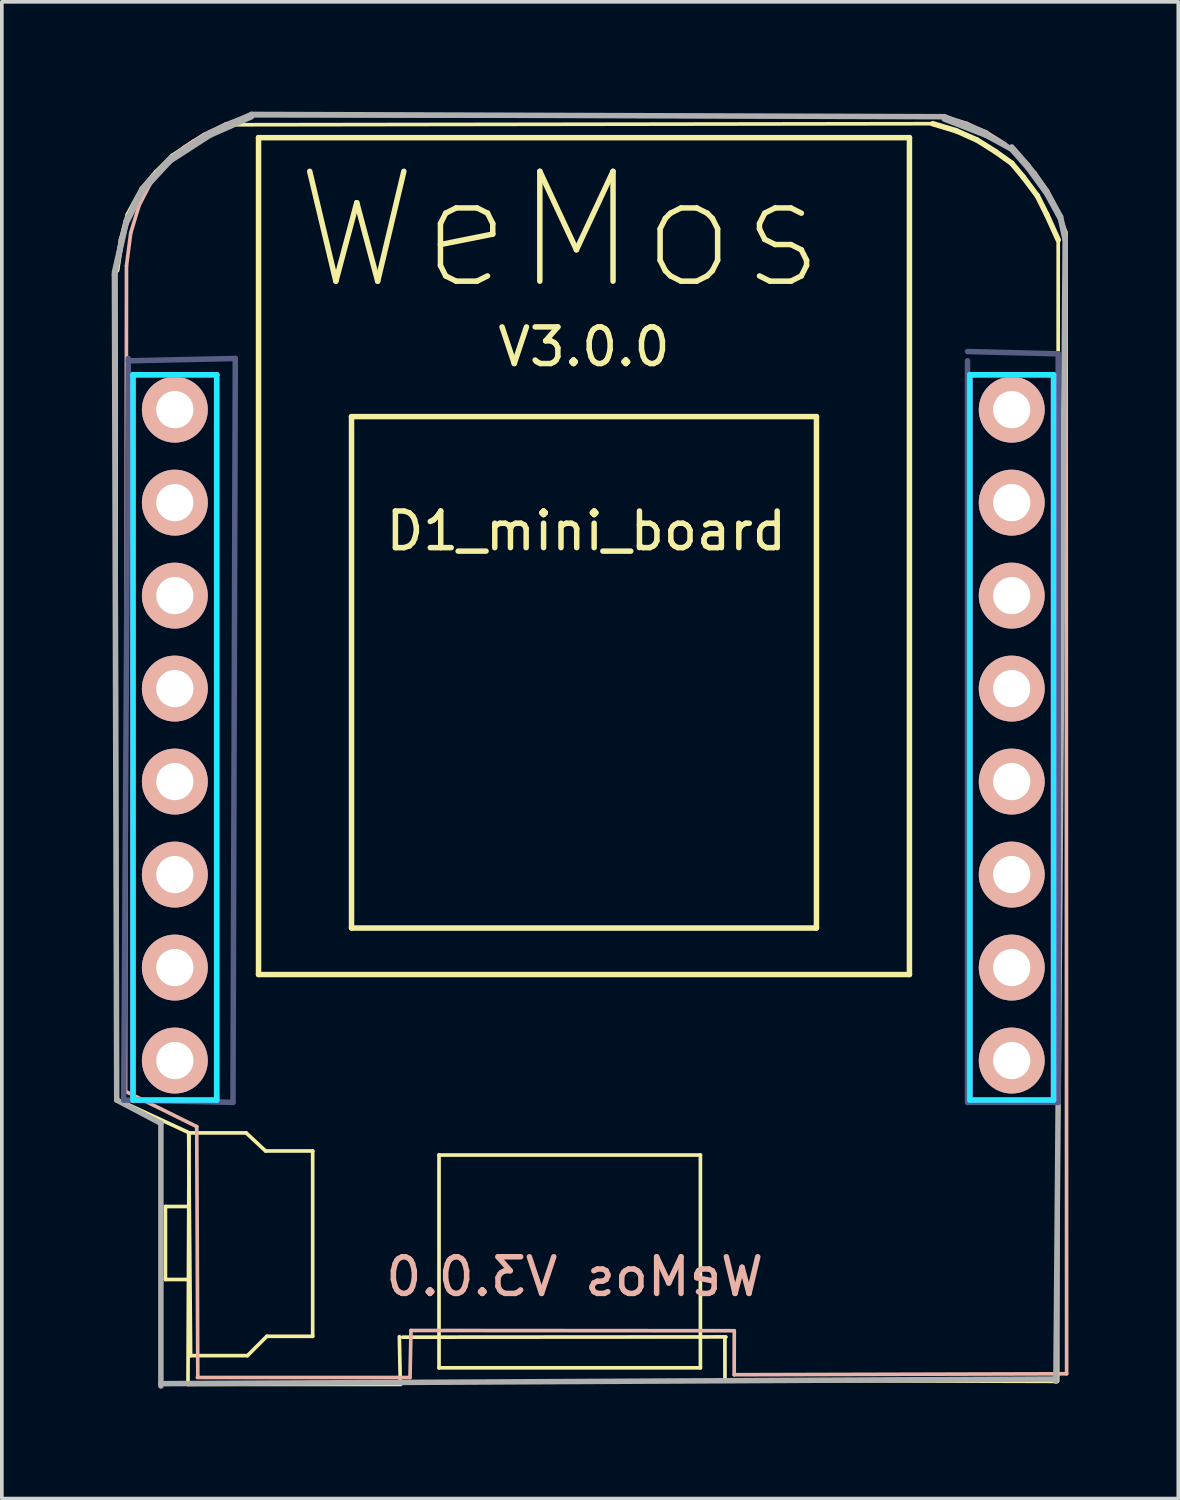
<source format=kicad_pcb>
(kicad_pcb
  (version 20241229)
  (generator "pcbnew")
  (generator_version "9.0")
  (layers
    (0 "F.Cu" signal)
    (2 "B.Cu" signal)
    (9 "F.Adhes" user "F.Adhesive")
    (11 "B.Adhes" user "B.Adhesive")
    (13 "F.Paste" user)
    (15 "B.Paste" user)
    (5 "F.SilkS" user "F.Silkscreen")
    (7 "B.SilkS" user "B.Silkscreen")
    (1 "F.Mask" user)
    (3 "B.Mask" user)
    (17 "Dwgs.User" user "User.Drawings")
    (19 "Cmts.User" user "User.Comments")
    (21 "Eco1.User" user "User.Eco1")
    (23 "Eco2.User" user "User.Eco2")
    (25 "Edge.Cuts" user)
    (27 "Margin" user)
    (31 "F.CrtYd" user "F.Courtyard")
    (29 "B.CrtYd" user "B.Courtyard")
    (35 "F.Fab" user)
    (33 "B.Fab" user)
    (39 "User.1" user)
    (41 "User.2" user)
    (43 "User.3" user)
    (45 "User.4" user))
  (footprint "D1_mini_board"
    (layer "F.Cu")
    (at 13.537 16.585)
    (property "Reference" "D1_mini_board" (at -0.572 -5.131 0) (layer "F.SilkS") (effects (font (size 1 1) (thickness 0.15))))
    (attr through_hole)
    (fp_line (start -13.399 -12.255) (end -13.271 -13.081) (stroke (width 0.15) (type solid)) (layer "F.SilkS"))
    (fp_line (start -13.399 10.351) (end -13.423 -12.205) (stroke (width 0.1) (type solid)) (layer "F.SilkS"))
    (fp_line (start -13.374 10.406) (end -11.43 11.303) (stroke (width 0.1) (type solid)) (layer "F.SilkS"))
    (fp_line (start -13.271 -13.081) (end -13.081 -13.78) (stroke (width 0.15) (type solid)) (layer "F.SilkS"))
    (fp_line (start -13.081 -13.78) (end -12.7 -14.478) (stroke (width 0.15) (type solid)) (layer "F.SilkS"))
    (fp_line (start -12.7 -14.478) (end -12.319 -14.922) (stroke (width 0.15) (type solid)) (layer "F.SilkS"))
    (fp_line (start -12.319 -14.922) (end -11.874 -15.367) (stroke (width 0.15) (type solid)) (layer "F.SilkS"))
    (fp_line (start -12.068 13.321) (end -11.451 13.321) (stroke (width 0.1) (type solid)) (layer "F.SilkS"))
    (fp_line (start -12.068 15.315) (end -12.068 13.321) (stroke (width 0.1) (type solid)) (layer "F.SilkS"))
    (fp_line (start -11.874 -15.367) (end -11.303 -15.748) (stroke (width 0.15) (type solid)) (layer "F.SilkS"))
    (fp_line (start -11.452 18.182) (end -11.423 11.374) (stroke (width 0.1) (type solid)) (layer "F.SilkS"))
    (fp_line (start -11.452 18.182) (end -5.641 18.182) (stroke (width 0.1) (type solid)) (layer "F.SilkS"))
    (fp_line (start -11.433 11.311) (end -11.38 17.396) (stroke (width 0.1) (type solid)) (layer "F.SilkS"))
    (fp_line (start -11.415 15.315) (end -12.068 15.315) (stroke (width 0.1) (type solid)) (layer "F.SilkS"))
    (fp_line (start -11.38 17.396) (end -9.828 17.396) (stroke (width 0.1) (type solid)) (layer "F.SilkS"))
    (fp_line (start -11.303 -15.748) (end -10.858 -16.002) (stroke (width 0.15) (type solid)) (layer "F.SilkS"))
    (fp_line (start -10.858 -16.002) (end -10.16 -16.256) (stroke (width 0.15) (type solid)) (layer "F.SilkS"))
    (fp_line (start -9.863 11.311) (end -11.433 11.311) (stroke (width 0.1) (type solid)) (layer "F.SilkS"))
    (fp_line (start -9.828 17.396) (end -9.299 16.867) (stroke (width 0.1) (type solid)) (layer "F.SilkS"))
    (fp_line (start -9.525 -15.875) (end 8.255 -15.875) (stroke (width 0.15) (type solid)) (layer "F.SilkS"))
    (fp_line (start -9.525 6.985) (end -9.525 -15.875) (stroke (width 0.15) (type solid)) (layer "F.SilkS"))
    (fp_line (start -9.334 11.804) (end -9.863 11.311) (stroke (width 0.1) (type solid)) (layer "F.SilkS"))
    (fp_line (start -9.299 16.867) (end -8.046 16.867) (stroke (width 0.1) (type solid)) (layer "F.SilkS"))
    (fp_line (start -8.046 11.804) (end -9.334 11.804) (stroke (width 0.1) (type solid)) (layer "F.SilkS"))
    (fp_line (start -8.046 16.867) (end -8.046 11.804) (stroke (width 0.1) (type solid)) (layer "F.SilkS"))
    (fp_line (start -6.985 -8.255) (end -6.985 5.715) (stroke (width 0.15) (type solid)) (layer "F.SilkS"))
    (fp_line (start -6.985 5.715) (end 5.715 5.715) (stroke (width 0.15) (type solid)) (layer "F.SilkS"))
    (fp_line (start -5.678 16.878) (end -5.652 18.161) (stroke (width 0.1) (type solid)) (layer "F.SilkS"))
    (fp_line (start -5.588 16.891) (end 3.243 16.884) (stroke (width 0.1) (type solid)) (layer "F.SilkS"))
    (fp_line (start -4.595 11.915) (end 2.545 11.915) (stroke (width 0.1) (type solid)) (layer "F.SilkS"))
    (fp_line (start -4.595 17.729) (end -4.595 11.915) (stroke (width 0.1) (type solid)) (layer "F.SilkS"))
    (fp_line (start 2.545 11.915) (end 2.545 17.729) (stroke (width 0.1) (type solid)) (layer "F.SilkS"))
    (fp_line (start 2.545 17.729) (end -4.595 17.729) (stroke (width 0.1) (type solid)) (layer "F.SilkS"))
    (fp_line (start 3.214 18.071) (end 12.295 18.098) (stroke (width 0.1) (type solid)) (layer "F.SilkS"))
    (fp_line (start 3.216 18.098) (end 3.214 16.895) (stroke (width 0.1) (type solid)) (layer "F.SilkS"))
    (fp_line (start 5.715 -8.255) (end -6.985 -8.255) (stroke (width 0.15) (type solid)) (layer "F.SilkS"))
    (fp_line (start 5.715 5.715) (end 5.715 -8.255) (stroke (width 0.15) (type solid)) (layer "F.SilkS"))
    (fp_line (start 8.255 -15.875) (end 8.255 6.985) (stroke (width 0.15) (type solid)) (layer "F.SilkS"))
    (fp_line (start 8.255 6.985) (end -9.525 6.985) (stroke (width 0.15) (type solid)) (layer "F.SilkS"))
    (fp_line (start 8.89 -16.256) (end -10.148 -16.227) (stroke (width 0.1) (type solid)) (layer "F.SilkS"))
    (fp_line (start 8.89 -16.256) (end 9.525 -16.066) (stroke (width 0.15) (type solid)) (layer "F.SilkS"))
    (fp_line (start 9.525 -16.066) (end 10.097 -15.812) (stroke (width 0.15) (type solid)) (layer "F.SilkS"))
    (fp_line (start 10.097 -15.812) (end 10.604 -15.494) (stroke (width 0.15) (type solid)) (layer "F.SilkS"))
    (fp_line (start 10.604 -15.494) (end 11.049 -15.177) (stroke (width 0.15) (type solid)) (layer "F.SilkS"))
    (fp_line (start 11.049 -15.177) (end 11.367 -14.796) (stroke (width 0.15) (type solid)) (layer "F.SilkS"))
    (fp_line (start 11.367 -14.796) (end 11.748 -14.287) (stroke (width 0.15) (type solid)) (layer "F.SilkS"))
    (fp_line (start 11.748 -14.287) (end 12.002 -13.78) (stroke (width 0.15) (type solid)) (layer "F.SilkS"))
    (fp_line (start 12.002 -13.78) (end 12.319 -13.081) (stroke (width 0.15) (type solid)) (layer "F.SilkS"))
    (fp_line (start 12.319 -13.081) (end 12.305 18.089) (stroke (width 0.1) (type solid)) (layer "F.SilkS"))
    (fp_line (start -13.157 10.178) (end -11.213 11.139) (stroke (width 0.1) (type solid)) (layer "B.SilkS"))
    (fp_line (start -13.132 -12.377) (end -13.157 10.178) (stroke (width 0.1) (type solid)) (layer "B.SilkS"))
    (fp_line (start -13.016 -13.27) (end -13.132 -12.377) (stroke (width 0.1) (type solid)) (layer "B.SilkS"))
    (fp_line (start -12.788 -14.025) (end -13.016 -13.27) (stroke (width 0.1) (type solid)) (layer "B.SilkS"))
    (fp_line (start -12.461 -14.657) (end -12.788 -14.025) (stroke (width 0.1) (type solid)) (layer "B.SilkS"))
    (fp_line (start -12.048 -15.18) (end -12.461 -14.657) (stroke (width 0.1) (type solid)) (layer "B.SilkS"))
    (fp_line (start -11.562 -15.609) (end -12.048 -15.18) (stroke (width 0.1) (type solid)) (layer "B.SilkS"))
    (fp_line (start -11.213 11.139) (end -11.184 17.947) (stroke (width 0.1) (type solid)) (layer "B.SilkS"))
    (fp_line (start -11.198 17.992) (end -5.387 17.992) (stroke (width 0.1) (type solid)) (layer "B.SilkS"))
    (fp_line (start -11.019 -15.959) (end -11.562 -15.609) (stroke (width 0.1) (type solid)) (layer "B.SilkS"))
    (fp_line (start -10.431 -16.243) (end -11.019 -15.959) (stroke (width 0.1) (type solid)) (layer "B.SilkS"))
    (fp_line (start -9.811 -16.477) (end -10.431 -16.243) (stroke (width 0.1) (type solid)) (layer "B.SilkS"))
    (fp_line (start -5.387 17.992) (end -5.361 16.708) (stroke (width 0.1) (type solid)) (layer "B.SilkS"))
    (fp_line (start -5.361 16.708) (end 3.47 16.715) (stroke (width 0.1) (type solid)) (layer "B.SilkS"))
    (fp_line (start 3.468 17.917) (end 12.549 17.891) (stroke (width 0.1) (type solid)) (layer "B.SilkS"))
    (fp_line (start 3.47 16.715) (end 3.468 17.917) (stroke (width 0.1) (type solid)) (layer "B.SilkS"))
    (fp_line (start 9.226 -16.448) (end -9.811 -16.477) (stroke (width 0.1) (type solid)) (layer "B.SilkS"))
    (fp_line (start 9.824 -16.263) (end 9.226 -16.448) (stroke (width 0.1) (type solid)) (layer "B.SilkS"))
    (fp_line (start 10.368 -16.016) (end 9.824 -16.263) (stroke (width 0.1) (type solid)) (layer "B.SilkS"))
    (fp_line (start 10.86 -15.708) (end 10.368 -16.016) (stroke (width 0.1) (type solid)) (layer "B.SilkS"))
    (fp_line (start 11.298 -15.34) (end 10.86 -15.708) (stroke (width 0.1) (type solid)) (layer "B.SilkS"))
    (fp_line (start 11.684 -14.913) (end 11.298 -15.34) (stroke (width 0.1) (type solid)) (layer "B.SilkS"))
    (fp_line (start 12.019 -14.427) (end 11.684 -14.913) (stroke (width 0.1) (type solid)) (layer "B.SilkS"))
    (fp_line (start 12.302 -13.882) (end 12.019 -14.427) (stroke (width 0.1) (type solid)) (layer "B.SilkS"))
    (fp_line (start 12.535 -13.279) (end 12.302 -13.882) (stroke (width 0.1) (type solid)) (layer "B.SilkS"))
    (fp_line (start 12.549 17.891) (end 12.535 -13.279) (stroke (width 0.1) (type solid)) (layer "B.SilkS"))
    (fp_line (start -12.954 -9.398) (end -10.668 -9.398) (stroke (width 0.15) (type solid)) (layer "B.CrtYd"))
    (fp_line (start -12.954 10.414) (end -12.954 -9.398) (stroke (width 0.15) (type solid)) (layer "B.CrtYd"))
    (fp_line (start -10.668 -9.398) (end -10.668 10.414) (stroke (width 0.15) (type solid)) (layer "B.CrtYd"))
    (fp_line (start -10.668 10.414) (end -12.954 10.414) (stroke (width 0.15) (type solid)) (layer "B.CrtYd"))
    (fp_line (start 9.906 -9.398) (end 12.192 -9.398) (stroke (width 0.15) (type solid)) (layer "B.CrtYd"))
    (fp_line (start 9.906 10.414) (end 9.906 -9.398) (stroke (width 0.15) (type solid)) (layer "B.CrtYd"))
    (fp_line (start 12.192 -9.398) (end 12.192 10.414) (stroke (width 0.15) (type solid)) (layer "B.CrtYd"))
    (fp_line (start 12.192 10.414) (end 9.906 10.414) (stroke (width 0.15) (type solid)) (layer "B.CrtYd"))
    (fp_line (start -12.954 -9.398) (end -10.668 -9.398) (stroke (width 0.15) (type solid)) (layer "F.CrtYd"))
    (fp_line (start -12.954 10.414) (end -12.954 -9.398) (stroke (width 0.15) (type solid)) (layer "F.CrtYd"))
    (fp_line (start -10.668 -9.398) (end -10.668 10.414) (stroke (width 0.15) (type solid)) (layer "F.CrtYd"))
    (fp_line (start -10.668 10.414) (end -12.954 10.414) (stroke (width 0.15) (type solid)) (layer "F.CrtYd"))
    (fp_line (start 9.906 -9.398) (end 12.192 -9.398) (stroke (width 0.15) (type solid)) (layer "F.CrtYd"))
    (fp_line (start 9.906 10.414) (end 9.906 -9.398) (stroke (width 0.15) (type solid)) (layer "F.CrtYd"))
    (fp_line (start 12.192 -9.398) (end 12.192 10.414) (stroke (width 0.15) (type solid)) (layer "F.CrtYd"))
    (fp_line (start 12.192 10.414) (end 9.906 10.414) (stroke (width 0.15) (type solid)) (layer "F.CrtYd"))
    (fp_line (start -13.208 10.414) (end -13.081 -9.842) (stroke (width 0.15) (type solid)) (layer "B.Fab"))
    (fp_line (start -13.081 -9.779) (end -10.16 -9.842) (stroke (width 0.15) (type solid)) (layer "B.Fab"))
    (fp_line (start -10.223 10.477) (end -13.208 10.414) (stroke (width 0.15) (type solid)) (layer "B.Fab"))
    (fp_line (start -10.16 -9.842) (end -10.223 10.477) (stroke (width 0.15) (type solid)) (layer "B.Fab"))
    (fp_line (start 9.842 -9.779) (end 9.842 10.477) (stroke (width 0.15) (type solid)) (layer "B.Fab"))
    (fp_line (start 9.842 10.477) (end 12.319 10.477) (stroke (width 0.15) (type solid)) (layer "B.Fab"))
    (fp_line (start 12.319 -9.97) (end 9.842 -10.033) (stroke (width 0.15) (type solid)) (layer "B.Fab"))
    (fp_line (start 12.319 10.477) (end 12.319 -9.97) (stroke (width 0.15) (type solid)) (layer "B.Fab"))
    (fp_line (start -13.462 -12.192) (end -13.145 -13.589) (stroke (width 0.15) (type solid)) (layer "F.Fab"))
    (fp_line (start -13.462 -12.129) (end -13.145 -13.525) (stroke (width 0.15) (type solid)) (layer "F.Fab"))
    (fp_line (start -13.399 10.414) (end -13.462 -12.129) (stroke (width 0.15) (type solid)) (layer "F.Fab"))
    (fp_line (start -13.145 -13.589) (end -12.7 -14.478) (stroke (width 0.15) (type solid)) (layer "F.Fab"))
    (fp_line (start -13.145 -13.525) (end -12.7 -14.415) (stroke (width 0.15) (type solid)) (layer "F.Fab"))
    (fp_line (start -12.7 -14.478) (end -11.938 -15.303) (stroke (width 0.15) (type solid)) (layer "F.Fab"))
    (fp_line (start -12.7 -14.415) (end -11.938 -15.24) (stroke (width 0.15) (type solid)) (layer "F.Fab"))
    (fp_line (start -12.192 11.049) (end -13.399 10.414) (stroke (width 0.15) (type solid)) (layer "F.Fab"))
    (fp_line (start -12.192 18.224) (end -12.192 11.049) (stroke (width 0.15) (type solid)) (layer "F.Fab"))
    (fp_line (start -11.938 -15.303) (end -10.858 -16.002) (stroke (width 0.15) (type solid)) (layer "F.Fab"))
    (fp_line (start -11.938 -15.24) (end -10.858 -15.938) (stroke (width 0.15) (type solid)) (layer "F.Fab"))
    (fp_line (start -10.858 -16.002) (end -9.716 -16.51) (stroke (width 0.15) (type solid)) (layer "F.Fab"))
    (fp_line (start -10.858 -15.938) (end -9.716 -16.447) (stroke (width 0.15) (type solid)) (layer "F.Fab"))
    (fp_line (start -9.716 -16.51) (end 9.207 -16.447) (stroke (width 0.15) (type solid)) (layer "F.Fab"))
    (fp_line (start 9.207 -16.447) (end 10.351 -16.002) (stroke (width 0.15) (type solid)) (layer "F.Fab"))
    (fp_line (start 9.207 -16.383) (end 10.351 -15.938) (stroke (width 0.15) (type solid)) (layer "F.Fab"))
    (fp_line (start 10.351 -15.938) (end 11.049 -15.557) (stroke (width 0.15) (type solid)) (layer "F.Fab"))
    (fp_line (start 11.049 -15.621) (end 11.493 -15.113) (stroke (width 0.15) (type solid)) (layer "F.Fab"))
    (fp_line (start 11.049 -15.557) (end 11.493 -15.05) (stroke (width 0.15) (type solid)) (layer "F.Fab"))
    (fp_line (start 11.493 -15.113) (end 12.002 -14.415) (stroke (width 0.15) (type solid)) (layer "F.Fab"))
    (fp_line (start 11.493 -15.05) (end 12.002 -14.351) (stroke (width 0.15) (type solid)) (layer "F.Fab"))
    (fp_line (start 12.002 -14.415) (end 12.383 -13.716) (stroke (width 0.15) (type solid)) (layer "F.Fab"))
    (fp_line (start 12.002 -14.351) (end 12.383 -13.652) (stroke (width 0.15) (type solid)) (layer "F.Fab"))
    (fp_line (start 12.255 18.034) (end -12.192 18.161) (stroke (width 0.15) (type solid)) (layer "F.Fab"))
    (fp_line (start 12.383 -13.716) (end 12.509 -13.145) (stroke (width 0.15) (type solid)) (layer "F.Fab"))
    (fp_line (start 12.383 -13.652) (end 12.509 -13.081) (stroke (width 0.15) (type solid)) (layer "F.Fab"))
    (fp_line (start 12.509 -13.081) (end 12.255 18.098) (stroke (width 0.15) (type solid)) (layer "F.Fab"))
    (fp_text user "V3.0.0" (at -0.635 -10.16 0) (layer "F.SilkS") (effects (font (size 1 1) (thickness 0.15))))
    (fp_text user "WeMos" (at -1.27 -13.335 180) (layer "F.SilkS") (effects (font (size 3 3) (thickness 0.15))))
    (fp_text user "WeMos V3.0.0" (at -0.889 15.24 180) (layer "B.SilkS") (effects (font (size 1 1) (thickness 0.15)) (justify mirror)))
    (pad "1" thru_hole circle (at 11.049 9.335 180) (size 1.8 1.8) (drill 1.016) (layers "*.Cu" "*.Mask" "B.SilkS"))
    (pad "2" thru_hole circle (at 11.049 6.795 180) (size 1.8 1.8) (drill 1.016) (layers "*.Cu" "*.Mask" "B.SilkS"))
    (pad "3" thru_hole circle (at 11.049 4.255 180) (size 1.8 1.8) (drill 1.016) (layers "*.Cu" "*.Mask" "B.SilkS"))
    (pad "4" thru_hole circle (at 11.049 1.714 180) (size 1.8 1.8) (drill 1.016) (layers "*.Cu" "*.Mask" "B.SilkS"))
    (pad "5" thru_hole circle (at 11.049 -0.826 180) (size 1.8 1.8) (drill 1.016) (layers "*.Cu" "*.Mask" "B.SilkS"))
    (pad "6" thru_hole circle (at 11.049 -3.365 180) (size 1.8 1.8) (drill 1.016) (layers "*.Cu" "*.Mask" "B.SilkS"))
    (pad "7" thru_hole circle (at 11.049 -5.905 180) (size 1.8 1.8) (drill 1.016) (layers "*.Cu" "*.Mask" "B.SilkS"))
    (pad "8" thru_hole circle (at 11.049 -8.445 180) (size 1.8 1.8) (drill 1.016) (layers "*.Cu" "*.Mask" "B.SilkS"))
    (pad "9" thru_hole circle (at -11.811 -8.445 180) (size 1.8 1.8) (drill 1.016) (layers "*.Cu" "*.Mask" "B.SilkS"))
    (pad "10" thru_hole circle (at -11.811 -5.905 180) (size 1.8 1.8) (drill 1.016) (layers "*.Cu" "*.Mask" "B.SilkS"))
    (pad "11" thru_hole circle (at -11.811 -3.365 180) (size 1.8 1.8) (drill 1.016) (layers "*.Cu" "*.Mask" "B.SilkS"))
    (pad "12" thru_hole circle (at -11.811 -0.826 180) (size 1.8 1.8) (drill 1.016) (layers "*.Cu" "*.Mask" "B.SilkS"))
    (pad "13" thru_hole circle (at -11.811 1.714 180) (size 1.8 1.8) (drill 1.016) (layers "*.Cu" "*.Mask" "B.SilkS"))
    (pad "14" thru_hole circle (at -11.811 4.255 180) (size 1.8 1.8) (drill 1.016) (layers "*.Cu" "*.Mask" "B.SilkS"))
    (pad "15" thru_hole circle (at -11.811 6.795 180) (size 1.8 1.8) (drill 1.016) (layers "*.Cu" "*.Mask" "B.SilkS"))
    (pad "16" thru_hole circle (at -11.811 9.335 180) (size 1.8 1.8) (drill 1.016) (layers "*.Cu" "*.Mask" "B.SilkS")))
  (gr_rect
    (start -3 -3)
    (end 29.136 37.885)
    (stroke (width 0.1) (type default))
    (fill no)
    (layer "Edge.Cuts")))
</source>
